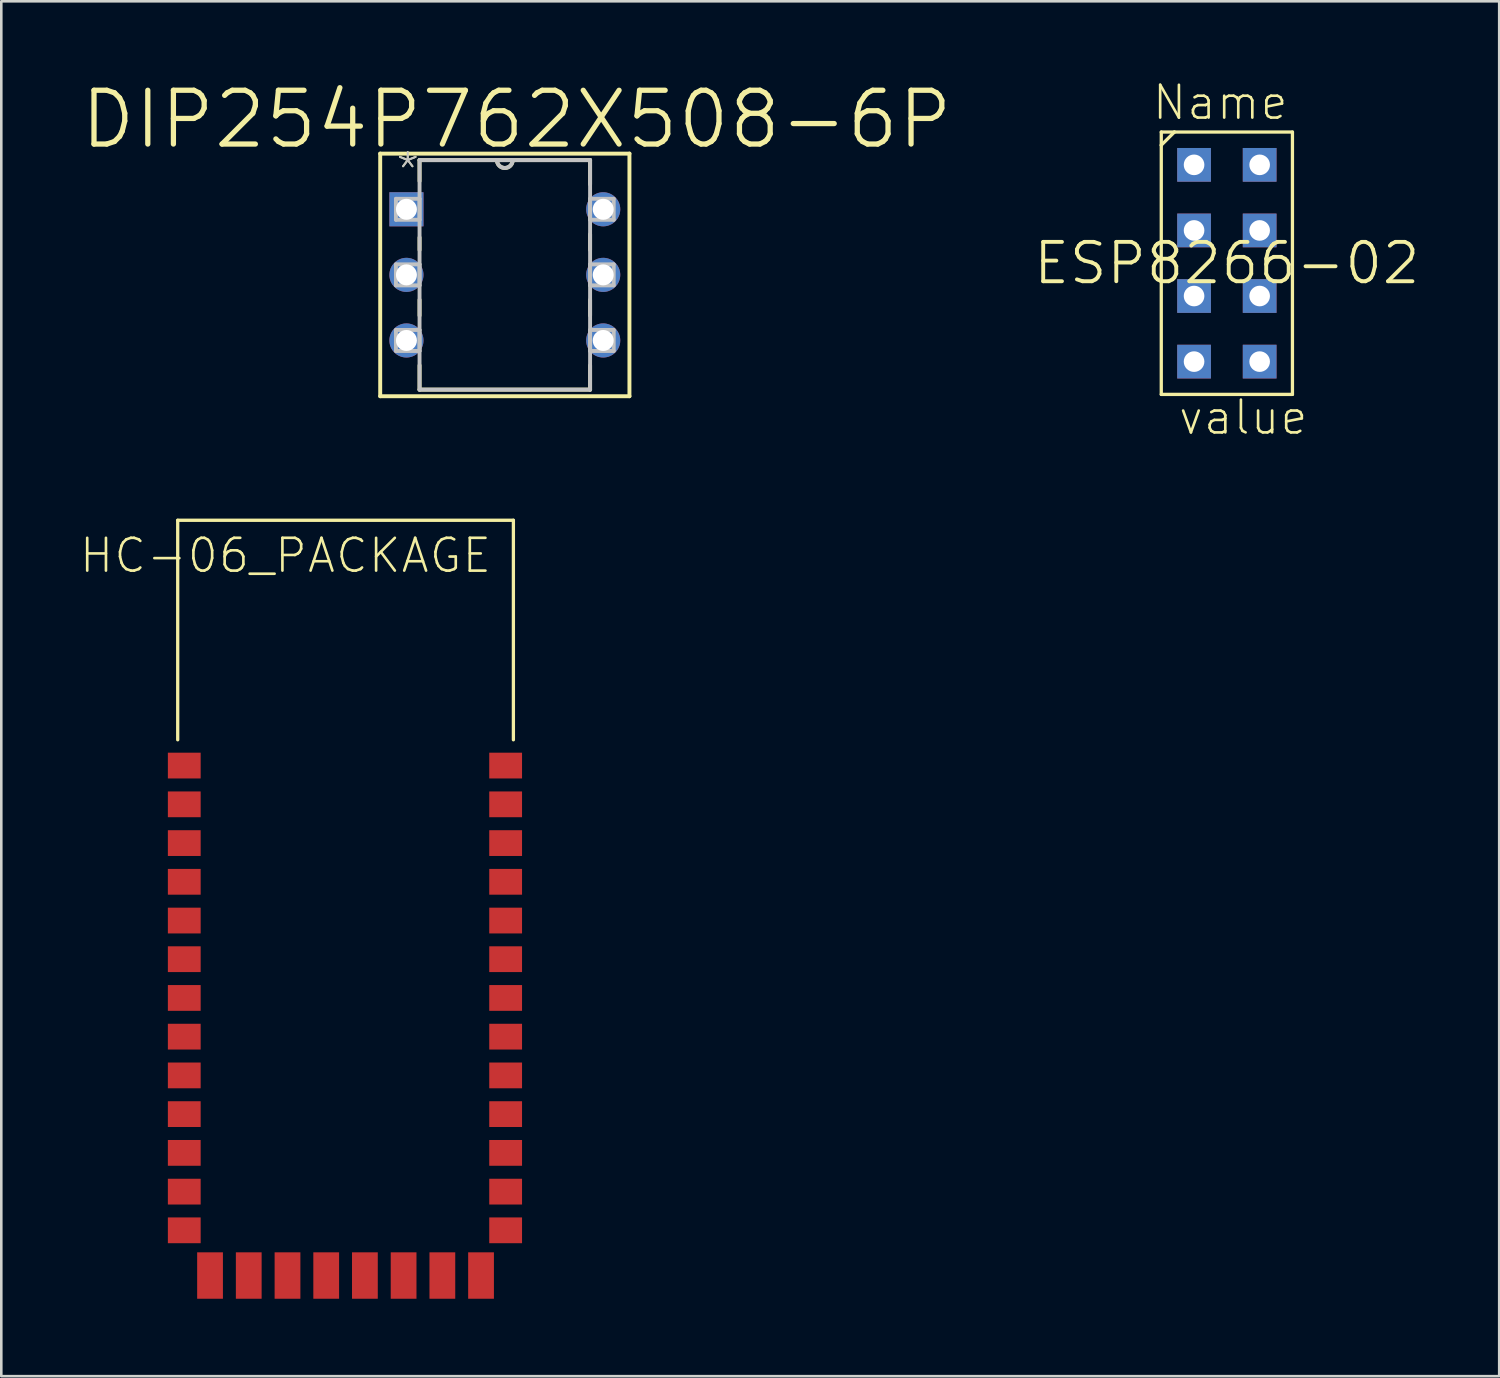
<source format=kicad_pcb>
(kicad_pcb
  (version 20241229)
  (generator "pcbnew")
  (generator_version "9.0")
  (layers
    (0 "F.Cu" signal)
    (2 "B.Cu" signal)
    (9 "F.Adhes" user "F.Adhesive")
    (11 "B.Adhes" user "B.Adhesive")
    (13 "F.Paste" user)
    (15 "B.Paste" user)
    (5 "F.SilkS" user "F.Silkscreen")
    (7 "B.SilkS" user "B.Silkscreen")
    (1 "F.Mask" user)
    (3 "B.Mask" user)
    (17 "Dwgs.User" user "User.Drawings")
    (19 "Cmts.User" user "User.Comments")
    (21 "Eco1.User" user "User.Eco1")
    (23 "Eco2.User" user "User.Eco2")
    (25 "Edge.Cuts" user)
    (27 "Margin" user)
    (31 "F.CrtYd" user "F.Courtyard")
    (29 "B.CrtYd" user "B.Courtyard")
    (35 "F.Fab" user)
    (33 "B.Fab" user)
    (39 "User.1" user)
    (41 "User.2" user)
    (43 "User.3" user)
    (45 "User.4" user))
  (footprint "HC-06_PACKAGE"
    (layer "F.Cu")
    (at 10.182 32.948)
    (property "Reference" "HC-06_PACKAGE" (at -2.174 -14.483 0) (layer "F.SilkS") (effects (font (size 1.27 1.27) (thickness 0.102))))
    (attr smd)
    (fp_line (start -6.35 -15.85) (end 6.65 -15.85) (stroke (width 0.127) (type solid)) (layer "F.SilkS"))
    (fp_line (start -6.35 -7.348) (end -6.35 -15.85) (stroke (width 0.127) (type solid)) (layer "F.SilkS"))
    (fp_line (start 6.65 -15.85) (end 6.65 -7.348) (stroke (width 0.127) (type solid)) (layer "F.SilkS"))
    (pad "1" smd rect (at -6.096 -6.35) (size 1.27 0.998) (layers "F.Cu" "F.Mask" "F.Paste"))
    (pad "2" smd rect (at -6.096 -4.849) (size 1.27 0.998) (layers "F.Cu" "F.Mask" "F.Paste"))
    (pad "3" smd rect (at -6.096 -3.348) (size 1.27 0.998) (layers "F.Cu" "F.Mask" "F.Paste"))
    (pad "4" smd rect (at -6.096 -1.849) (size 1.27 0.998) (layers "F.Cu" "F.Mask" "F.Paste"))
    (pad "5" smd rect (at -6.096 -0.348) (size 1.27 0.998) (layers "F.Cu" "F.Mask" "F.Paste"))
    (pad "6" smd rect (at -6.096 1.148) (size 1.27 0.998) (layers "F.Cu" "F.Mask" "F.Paste"))
    (pad "7" smd rect (at -6.096 2.649) (size 1.27 0.998) (layers "F.Cu" "F.Mask" "F.Paste"))
    (pad "8" smd rect (at -6.096 4.148) (size 1.27 0.998) (layers "F.Cu" "F.Mask" "F.Paste"))
    (pad "9" smd rect (at -6.096 5.649) (size 1.27 0.998) (layers "F.Cu" "F.Mask" "F.Paste"))
    (pad "10" smd rect (at -6.096 7.148) (size 1.27 0.998) (layers "F.Cu" "F.Mask" "F.Paste"))
    (pad "11" smd rect (at -6.096 8.649) (size 1.27 0.998) (layers "F.Cu" "F.Mask" "F.Paste"))
    (pad "12" smd rect (at -6.096 10.15) (size 1.27 0.998) (layers "F.Cu" "F.Mask" "F.Paste"))
    (pad "13" smd rect (at -6.096 11.648) (size 1.27 0.998) (layers "F.Cu" "F.Mask" "F.Paste"))
    (pad "14" smd rect (at -5.098 13.399 90) (size 1.798 0.998) (layers "F.Cu" "F.Mask" "F.Paste"))
    (pad "15" smd rect (at -3.599 13.399 90) (size 1.798 0.998) (layers "F.Cu" "F.Mask" "F.Paste"))
    (pad "16" smd rect (at -2.098 13.399 90) (size 1.798 0.998) (layers "F.Cu" "F.Mask" "F.Paste"))
    (pad "17" smd rect (at -0.599 13.399 90) (size 1.798 0.998) (layers "F.Cu" "F.Mask" "F.Paste"))
    (pad "18" smd rect (at 0.899 13.399 90) (size 1.798 0.998) (layers "F.Cu" "F.Mask" "F.Paste"))
    (pad "19" smd rect (at 2.398 13.399 90) (size 1.798 0.998) (layers "F.Cu" "F.Mask" "F.Paste"))
    (pad "20" smd rect (at 3.899 13.399 90) (size 1.798 0.998) (layers "F.Cu" "F.Mask" "F.Paste"))
    (pad "21" smd rect (at 5.397 13.399 90) (size 1.798 0.998) (layers "F.Cu" "F.Mask" "F.Paste"))
    (pad "22" smd rect (at 6.35 11.648) (size 1.27 0.998) (layers "F.Cu" "F.Mask" "F.Paste"))
    (pad "23" smd rect (at 6.35 10.15) (size 1.27 0.998) (layers "F.Cu" "F.Mask" "F.Paste"))
    (pad "24" smd rect (at 6.35 8.649) (size 1.27 0.998) (layers "F.Cu" "F.Mask" "F.Paste"))
    (pad "25" smd rect (at 6.35 7.148) (size 1.27 0.998) (layers "F.Cu" "F.Mask" "F.Paste"))
    (pad "26" smd rect (at 6.35 5.649) (size 1.27 0.998) (layers "F.Cu" "F.Mask" "F.Paste"))
    (pad "27" smd rect (at 6.35 4.148) (size 1.27 0.998) (layers "F.Cu" "F.Mask" "F.Paste"))
    (pad "28" smd rect (at 6.35 2.649) (size 1.27 0.998) (layers "F.Cu" "F.Mask" "F.Paste"))
    (pad "29" smd rect (at 6.35 1.148) (size 1.27 0.998) (layers "F.Cu" "F.Mask" "F.Paste"))
    (pad "30" smd rect (at 6.35 -0.348) (size 1.27 0.998) (layers "F.Cu" "F.Mask" "F.Paste"))
    (pad "31" smd rect (at 6.35 -1.849) (size 1.27 0.998) (layers "F.Cu" "F.Mask" "F.Paste"))
    (pad "32" smd rect (at 6.35 -3.348) (size 1.27 0.998) (layers "F.Cu" "F.Mask" "F.Paste"))
    (pad "33" smd rect (at 6.35 -4.849) (size 1.27 0.998) (layers "F.Cu" "F.Mask" "F.Paste"))
    (pad "34" smd rect (at 6.35 -6.35) (size 1.27 0.998) (layers "F.Cu" "F.Mask" "F.Paste")))
  (footprint "ESP8266-02"
    (layer "F.Cu")
    (at 44.462 7.144)
    (property "Reference" "ESP8266-02" (at 0 0 0) (layer "F.SilkS") (effects (font (size 1.524 1.524) (thickness 0.15))))
    (attr exclude_from_pos_files exclude_from_bom)
    (fp_line (start -2.54 -5.08) (end -2.54 -4.572) (stroke (width 0.127) (type solid)) (layer "F.SilkS"))
    (fp_line (start -2.54 -4.572) (end -2.54 5.08) (stroke (width 0.127) (type solid)) (layer "F.SilkS"))
    (fp_line (start -2.54 -4.572) (end -2.032 -5.08) (stroke (width 0.127) (type solid)) (layer "F.SilkS"))
    (fp_line (start -2.54 5.08) (end 2.54 5.08) (stroke (width 0.127) (type solid)) (layer "F.SilkS"))
    (fp_line (start -2.032 -5.08) (end -2.54 -5.08) (stroke (width 0.127) (type solid)) (layer "F.SilkS"))
    (fp_line (start 2.54 -5.08) (end -2.032 -5.08) (stroke (width 0.127) (type solid)) (layer "F.SilkS"))
    (fp_line (start 2.54 5.08) (end 2.54 -5.08) (stroke (width 0.127) (type solid)) (layer "F.SilkS"))
    (fp_text user "value" (at 0.635 5.969 0) (layer "F.SilkS") (effects (font (size 1.27 1.27) (thickness 0.102))))
    (fp_text user "Name" (at -0.254 -6.223 0) (layer "F.SilkS") (effects (font (size 1.27 1.27) (thickness 0.102))))
    (pad "CH_P" thru_hole rect (at -1.27 -1.27) (size 1.306 1.306) (drill 0.798) (layers "*.Cu" "*.Paste" "*.Mask"))
    (pad "GND" thru_hole rect (at 1.27 -3.81) (size 1.306 1.306) (drill 0.798) (layers "*.Cu" "*.Paste" "*.Mask"))
    (pad "GPIO" thru_hole rect (at 1.27 -1.27) (size 1.306 1.306) (drill 0.798) (layers "*.Cu" "*.Paste" "*.Mask"))
    (pad "GPIO" thru_hole rect (at 1.27 1.27) (size 1.306 1.306) (drill 0.798) (layers "*.Cu" "*.Paste" "*.Mask"))
    (pad "RST" thru_hole rect (at -1.27 1.27) (size 1.306 1.306) (drill 0.798) (layers "*.Cu" "*.Paste" "*.Mask"))
    (pad "URXD" thru_hole rect (at 1.27 3.81) (size 1.306 1.306) (drill 0.798) (layers "*.Cu" "*.Paste" "*.Mask"))
    (pad "UTXD" thru_hole rect (at -1.27 -3.81) (size 1.306 1.306) (drill 0.798) (layers "*.Cu" "*.Paste" "*.Mask"))
    (pad "VCC" thru_hole rect (at -1.27 3.81) (size 1.306 1.306) (drill 0.798) (layers "*.Cu" "*.Paste" "*.Mask")))
  (footprint "DIP254P762X508-6P"
    (layer "F.Cu")
    (at 20.31 10.135)
    (property "Reference" "DIP254P762X508-6P" (at -3.353 -8.56 0) (layer "F.SilkS") (effects (font (size 2.083 2.083) (thickness 0.203))))
    (attr exclude_from_pos_files exclude_from_bom)
    (fp_line (start -8.636 -7.236) (end 1.016 -7.236) (stroke (width 0.152) (type solid)) (layer "F.SilkS"))
    (fp_line (start -8.636 2.159) (end -8.636 -7.236) (stroke (width 0.152) (type solid)) (layer "F.SilkS"))
    (fp_line (start -8.636 2.159) (end 1.016 2.159) (stroke (width 0.152) (type solid)) (layer "F.SilkS"))
    (fp_line (start -7.112 -6.985) (end -7.112 -6.172) (stroke (width 0.152) (type solid)) (layer "F.SilkS"))
    (fp_line (start -7.112 -3.988) (end -7.112 -3.505) (stroke (width 0.152) (type solid)) (layer "F.SilkS"))
    (fp_line (start -7.112 -1.575) (end -7.112 -0.965) (stroke (width 0.152) (type solid)) (layer "F.SilkS"))
    (fp_line (start -7.112 0.965) (end -7.112 1.905) (stroke (width 0.152) (type solid)) (layer "F.SilkS"))
    (fp_line (start -7.112 1.905) (end -0.508 1.905) (stroke (width 0.152) (type solid)) (layer "F.SilkS"))
    (fp_line (start -4.115 -6.985) (end -7.112 -6.985) (stroke (width 0.152) (type solid)) (layer "F.SilkS"))
    (fp_line (start -3.505 -6.985) (end -4.115 -6.985) (stroke (width 0.152) (type solid)) (layer "F.SilkS"))
    (fp_line (start -0.508 -6.985) (end -3.505 -6.985) (stroke (width 0.152) (type solid)) (layer "F.SilkS"))
    (fp_line (start -0.508 -6.045) (end -0.508 -6.985) (stroke (width 0.152) (type solid)) (layer "F.SilkS"))
    (fp_line (start -0.508 -3.505) (end -0.508 -4.115) (stroke (width 0.152) (type solid)) (layer "F.SilkS"))
    (fp_line (start -0.508 -0.965) (end -0.508 -1.575) (stroke (width 0.152) (type solid)) (layer "F.SilkS"))
    (fp_line (start -0.508 1.905) (end -0.508 0.965) (stroke (width 0.152) (type solid)) (layer "F.SilkS"))
    (fp_line (start 1.016 -7.236) (end 1.016 2.159) (stroke (width 0.152) (type solid)) (layer "F.SilkS"))
    (fp_arc (start -3.5052 -6.985) (mid -3.81 -6.6802) (end -4.1148 -6.985) (stroke (width 0.1524) (type solid)) (layer "F.SilkS"))
    (fp_line (start -8.026 -5.486) (end -8.026 -4.674) (stroke (width 0.152) (type solid)) (layer "Dwgs.User"))
    (fp_line (start -8.026 -4.674) (end -7.112 -4.674) (stroke (width 0.152) (type solid)) (layer "Dwgs.User"))
    (fp_line (start -8.026 -2.946) (end -8.026 -2.134) (stroke (width 0.152) (type solid)) (layer "Dwgs.User"))
    (fp_line (start -8.026 -2.134) (end -7.112 -2.134) (stroke (width 0.152) (type solid)) (layer "Dwgs.User"))
    (fp_line (start -8.026 -0.406) (end -8.026 0.406) (stroke (width 0.152) (type solid)) (layer "Dwgs.User"))
    (fp_line (start -8.026 0.406) (end -7.112 0.406) (stroke (width 0.152) (type solid)) (layer "Dwgs.User"))
    (fp_line (start -7.112 -6.985) (end -7.112 1.905) (stroke (width 0.152) (type solid)) (layer "Dwgs.User"))
    (fp_line (start -7.112 -5.486) (end -8.026 -5.486) (stroke (width 0.152) (type solid)) (layer "Dwgs.User"))
    (fp_line (start -7.112 -4.674) (end -7.112 -5.486) (stroke (width 0.152) (type solid)) (layer "Dwgs.User"))
    (fp_line (start -7.112 -2.946) (end -8.026 -2.946) (stroke (width 0.152) (type solid)) (layer "Dwgs.User"))
    (fp_line (start -7.112 -2.134) (end -7.112 -2.946) (stroke (width 0.152) (type solid)) (layer "Dwgs.User"))
    (fp_line (start -7.112 -0.406) (end -8.026 -0.406) (stroke (width 0.152) (type solid)) (layer "Dwgs.User"))
    (fp_line (start -7.112 0.406) (end -7.112 -0.406) (stroke (width 0.152) (type solid)) (layer "Dwgs.User"))
    (fp_line (start -7.112 1.905) (end -0.508 1.905) (stroke (width 0.152) (type solid)) (layer "Dwgs.User"))
    (fp_line (start -4.115 -6.985) (end -7.112 -6.985) (stroke (width 0.152) (type solid)) (layer "Dwgs.User"))
    (fp_line (start -3.505 -6.985) (end -4.115 -6.985) (stroke (width 0.152) (type solid)) (layer "Dwgs.User"))
    (fp_line (start -0.508 -6.985) (end -3.505 -6.985) (stroke (width 0.152) (type solid)) (layer "Dwgs.User"))
    (fp_line (start -0.508 -5.486) (end -0.508 -4.674) (stroke (width 0.152) (type solid)) (layer "Dwgs.User"))
    (fp_line (start -0.508 -4.674) (end 0.406 -4.674) (stroke (width 0.152) (type solid)) (layer "Dwgs.User"))
    (fp_line (start -0.508 -2.946) (end -0.508 -2.134) (stroke (width 0.152) (type solid)) (layer "Dwgs.User"))
    (fp_line (start -0.508 -2.134) (end 0.406 -2.134) (stroke (width 0.152) (type solid)) (layer "Dwgs.User"))
    (fp_line (start -0.508 -0.406) (end -0.508 0.406) (stroke (width 0.152) (type solid)) (layer "Dwgs.User"))
    (fp_line (start -0.508 0.406) (end 0.406 0.406) (stroke (width 0.152) (type solid)) (layer "Dwgs.User"))
    (fp_line (start -0.508 1.905) (end -0.508 -6.985) (stroke (width 0.152) (type solid)) (layer "Dwgs.User"))
    (fp_line (start 0.406 -5.486) (end -0.508 -5.486) (stroke (width 0.152) (type solid)) (layer "Dwgs.User"))
    (fp_line (start 0.406 -4.674) (end 0.406 -5.486) (stroke (width 0.152) (type solid)) (layer "Dwgs.User"))
    (fp_line (start 0.406 -2.946) (end -0.508 -2.946) (stroke (width 0.152) (type solid)) (layer "Dwgs.User"))
    (fp_line (start 0.406 -2.134) (end 0.406 -2.946) (stroke (width 0.152) (type solid)) (layer "Dwgs.User"))
    (fp_line (start 0.406 -0.406) (end -0.508 -0.406) (stroke (width 0.152) (type solid)) (layer "Dwgs.User"))
    (fp_line (start 0.406 0.406) (end 0.406 -0.406) (stroke (width 0.152) (type solid)) (layer "Dwgs.User"))
    (fp_arc (start -3.5052 -6.985) (mid -3.81 -6.6802) (end -4.1148 -6.985) (stroke (width 0.1524) (type solid)) (layer "Dwgs.User"))
    (fp_text user "*" (at -7.569 -6.604 0) (layer "F.SilkS") (effects (font (size 1.27 1.27) (thickness 0.076))))
    (fp_text user "*" (at -7.569 -6.604 0) (layer "Dwgs.User") (effects (font (size 1.27 1.27) (thickness 0.076))))
    (pad "1" thru_hole rect (at -7.62 -5.08) (size 1.321 1.321) (drill 0.813) (layers "*.Cu" "*.Paste" "*.Mask"))
    (pad "2" thru_hole circle (at -7.62 -2.54) (size 1.321 1.321) (drill 0.813) (layers "*.Cu" "*.Paste" "*.Mask"))
    (pad "3" thru_hole circle (at -7.62 0) (size 1.321 1.321) (drill 0.813) (layers "*.Cu" "*.Paste" "*.Mask"))
    (pad "4" thru_hole circle (at 0 0) (size 1.321 1.321) (drill 0.813) (layers "*.Cu" "*.Paste" "*.Mask"))
    (pad "5" thru_hole circle (at 0 -2.54) (size 1.321 1.321) (drill 0.813) (layers "*.Cu" "*.Paste" "*.Mask"))
    (pad "6" thru_hole circle (at 0 -5.08) (size 1.321 1.321) (drill 0.813) (layers "*.Cu" "*.Paste" "*.Mask")))
  (gr_rect
    (start -3 -3)
    (end 55.009 50.245)
    (stroke (width 0.1) (type default))
    (fill no)
    (layer "Edge.Cuts")))
</source>
